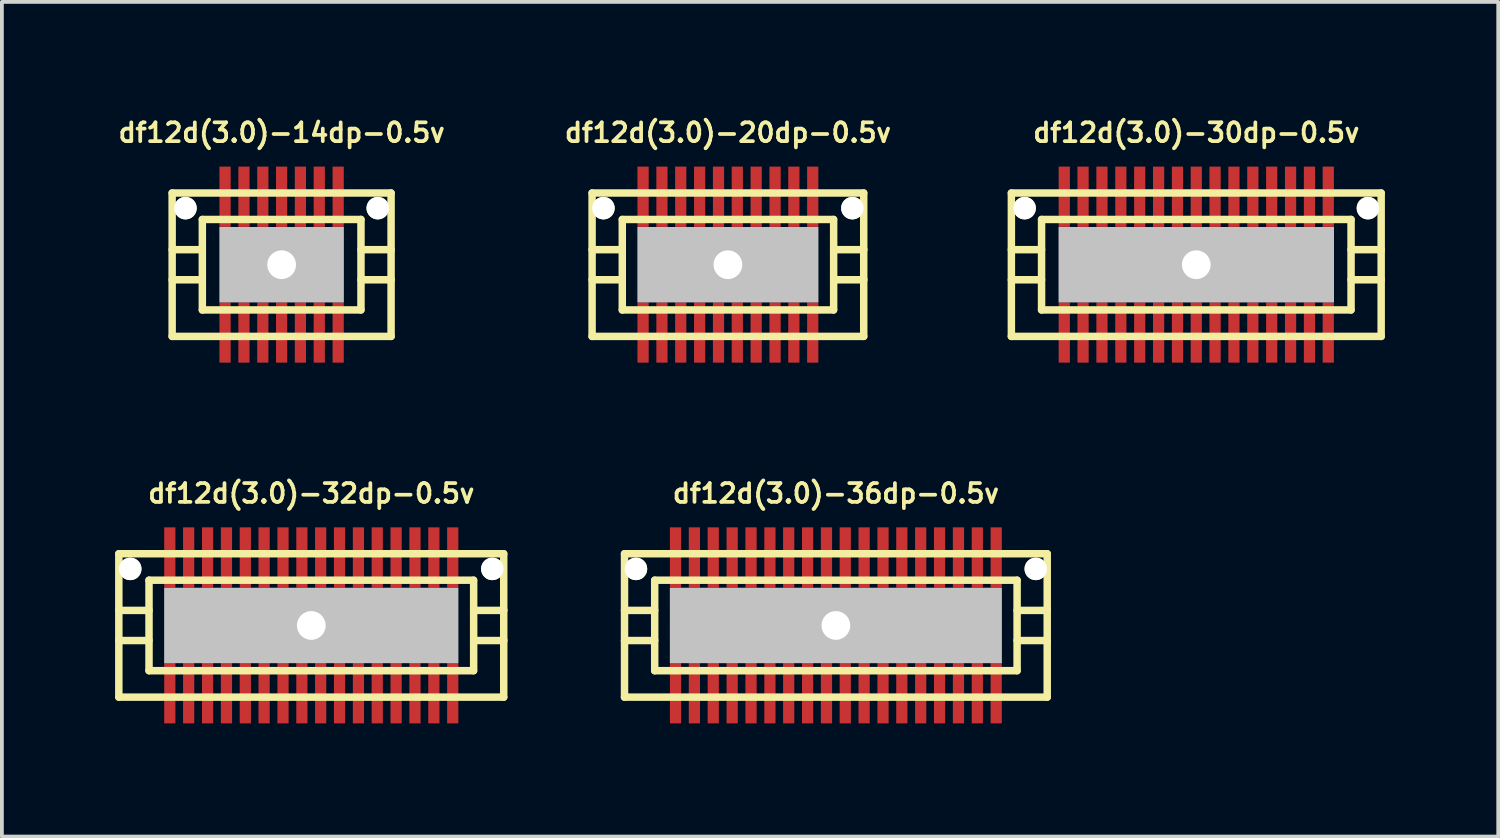
<source format=kicad_pcb>
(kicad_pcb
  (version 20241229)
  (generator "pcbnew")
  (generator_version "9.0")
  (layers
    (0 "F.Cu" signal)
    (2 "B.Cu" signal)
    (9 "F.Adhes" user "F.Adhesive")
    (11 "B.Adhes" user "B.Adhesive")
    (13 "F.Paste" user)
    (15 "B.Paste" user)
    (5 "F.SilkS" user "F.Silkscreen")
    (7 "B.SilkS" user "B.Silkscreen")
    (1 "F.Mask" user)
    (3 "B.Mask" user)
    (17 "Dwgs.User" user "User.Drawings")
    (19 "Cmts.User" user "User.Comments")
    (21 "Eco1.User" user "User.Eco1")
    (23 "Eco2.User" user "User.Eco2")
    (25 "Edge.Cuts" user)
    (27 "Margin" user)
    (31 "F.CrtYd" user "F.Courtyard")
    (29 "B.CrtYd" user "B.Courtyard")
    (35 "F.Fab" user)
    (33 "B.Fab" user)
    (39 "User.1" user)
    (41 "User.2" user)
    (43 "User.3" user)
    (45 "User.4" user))
  (footprint "df12d(3.0)-20dp-0.5v"
    (layer "F.Cu")
    (at 16.24 3.965)
    (property "Reference" "df12d(3.0)-20dp-0.5v" (at 0 -3.5 0) (layer "F.SilkS") (effects (font (size 0.498 0.498) (thickness 0.099))))
    (attr through_hole)
    (fp_line (start -3.599 -1.9) (end -3.599 1.9) (stroke (width 0.198) (type solid)) (layer "F.SilkS"))
    (fp_line (start -3.599 -1.9) (end 3.599 -1.9) (stroke (width 0.198) (type solid)) (layer "F.SilkS"))
    (fp_line (start -2.799 -0.399) (end -3.599 -0.399) (stroke (width 0.198) (type solid)) (layer "F.SilkS"))
    (fp_line (start -2.799 0.399) (end -3.599 0.399) (stroke (width 0.198) (type solid)) (layer "F.SilkS"))
    (fp_line (start -2.799 1.199) (end -2.799 -1.199) (stroke (width 0.198) (type solid)) (layer "F.SilkS"))
    (fp_line (start -2.799 1.199) (end 2.799 1.199) (stroke (width 0.198) (type solid)) (layer "F.SilkS"))
    (fp_line (start 2.799 -1.199) (end -2.799 -1.199) (stroke (width 0.198) (type solid)) (layer "F.SilkS"))
    (fp_line (start 2.802 -1.199) (end 2.802 1.199) (stroke (width 0.198) (type solid)) (layer "F.SilkS"))
    (fp_line (start 2.802 -0.399) (end 3.602 -0.399) (stroke (width 0.198) (type solid)) (layer "F.SilkS"))
    (fp_line (start 3.599 1.9) (end -3.599 1.9) (stroke (width 0.198) (type solid)) (layer "F.SilkS"))
    (fp_line (start 3.599 1.9) (end 3.599 -1.9) (stroke (width 0.198) (type solid)) (layer "F.SilkS"))
    (fp_line (start 3.602 0.399) (end 2.802 0.399) (stroke (width 0.198) (type solid)) (layer "F.SilkS"))
    (pad "" np_thru_hole circle (at -3.299 -1.499) (size 0.597 0.597) (drill 0.597) (layers "*.Cu" "*.Mask" "F.SilkS"))
    (pad "" np_thru_hole rect (at 0 0) (size 4.798 1.999) (drill 0.762) (layers "Dwgs.User"))
    (pad "" np_thru_hole circle (at 3.299 -1.499) (size 0.597 0.597) (drill 0.597) (layers "*.Cu" "*.Mask" "F.SilkS"))
    (pad "1" smd rect (at 2.248 1.796) (size 0.297 1.598) (layers "F.Cu" "F.Mask" "F.Paste"))
    (pad "2" smd rect (at 1.748 1.796) (size 0.297 1.598) (layers "F.Cu" "F.Mask" "F.Paste"))
    (pad "3" smd rect (at 1.25 1.796) (size 0.297 1.598) (layers "F.Cu" "F.Mask" "F.Paste"))
    (pad "4" smd rect (at 0.749 1.796) (size 0.297 1.598) (layers "F.Cu" "F.Mask" "F.Paste"))
    (pad "5" smd rect (at 0.249 1.796) (size 0.297 1.598) (layers "F.Cu" "F.Mask" "F.Paste"))
    (pad "6" smd rect (at -0.249 1.796) (size 0.297 1.598) (layers "F.Cu" "F.Mask" "F.Paste"))
    (pad "7" smd rect (at -0.749 1.796) (size 0.297 1.598) (layers "F.Cu" "F.Mask" "F.Paste"))
    (pad "8" smd rect (at -1.25 1.796) (size 0.297 1.598) (layers "F.Cu" "F.Mask" "F.Paste"))
    (pad "9" smd rect (at -1.748 1.796) (size 0.297 1.598) (layers "F.Cu" "F.Mask" "F.Paste"))
    (pad "10" smd rect (at -2.248 1.796) (size 0.297 1.598) (layers "F.Cu" "F.Mask" "F.Paste"))
    (pad "11" smd rect (at -2.248 -1.801) (size 0.297 1.598) (layers "F.Cu" "F.Mask" "F.Paste"))
    (pad "12" smd rect (at -1.748 -1.801) (size 0.297 1.598) (layers "F.Cu" "F.Mask" "F.Paste"))
    (pad "13" smd rect (at -1.25 -1.801) (size 0.297 1.598) (layers "F.Cu" "F.Mask" "F.Paste"))
    (pad "14" smd rect (at -0.749 -1.801) (size 0.297 1.598) (layers "F.Cu" "F.Mask" "F.Paste"))
    (pad "15" smd rect (at -0.249 -1.801) (size 0.297 1.598) (layers "F.Cu" "F.Mask" "F.Paste"))
    (pad "16" smd rect (at 0.249 -1.801) (size 0.297 1.598) (layers "F.Cu" "F.Mask" "F.Paste"))
    (pad "17" smd rect (at 0.749 -1.801) (size 0.297 1.598) (layers "F.Cu" "F.Mask" "F.Paste"))
    (pad "18" smd rect (at 1.25 -1.801) (size 0.297 1.598) (layers "F.Cu" "F.Mask" "F.Paste"))
    (pad "19" smd rect (at 1.748 -1.801) (size 0.297 1.598) (layers "F.Cu" "F.Mask" "F.Paste"))
    (pad "20" smd rect (at 2.248 -1.801) (size 0.297 1.598) (layers "F.Cu" "F.Mask" "F.Paste")))
  (footprint "df12d(3.0)-14dp-0.5v"
    (layer "F.Cu")
    (at 4.413 3.965)
    (property "Reference" "df12d(3.0)-14dp-0.5v" (at 0 -3.5 0) (layer "F.SilkS") (effects (font (size 0.498 0.498) (thickness 0.099))))
    (attr through_hole)
    (fp_line (start -2.901 -1.9) (end -2.901 1.9) (stroke (width 0.198) (type solid)) (layer "F.SilkS"))
    (fp_line (start -2.901 -1.9) (end 2.901 -1.9) (stroke (width 0.198) (type solid)) (layer "F.SilkS"))
    (fp_line (start -2.101 -0.399) (end -2.901 -0.399) (stroke (width 0.198) (type solid)) (layer "F.SilkS"))
    (fp_line (start -2.101 0.399) (end -2.901 0.399) (stroke (width 0.198) (type solid)) (layer "F.SilkS"))
    (fp_line (start -2.101 1.199) (end -2.101 -1.199) (stroke (width 0.198) (type solid)) (layer "F.SilkS"))
    (fp_line (start -2.101 1.199) (end 2.101 1.199) (stroke (width 0.198) (type solid)) (layer "F.SilkS"))
    (fp_line (start 2.101 -1.199) (end -2.101 -1.199) (stroke (width 0.198) (type solid)) (layer "F.SilkS"))
    (fp_line (start 2.103 -1.199) (end 2.103 1.199) (stroke (width 0.198) (type solid)) (layer "F.SilkS"))
    (fp_line (start 2.103 -0.399) (end 2.903 -0.399) (stroke (width 0.198) (type solid)) (layer "F.SilkS"))
    (fp_line (start 2.901 1.9) (end -2.901 1.9) (stroke (width 0.198) (type solid)) (layer "F.SilkS"))
    (fp_line (start 2.901 1.9) (end 2.901 -1.9) (stroke (width 0.198) (type solid)) (layer "F.SilkS"))
    (fp_line (start 2.903 0.399) (end 2.103 0.399) (stroke (width 0.198) (type solid)) (layer "F.SilkS"))
    (pad "" np_thru_hole circle (at -2.548 -1.499) (size 0.597 0.597) (drill 0.597) (layers "*.Cu" "*.Mask" "F.SilkS"))
    (pad "" np_thru_hole rect (at 0 0) (size 3.299 1.999) (drill 0.762) (layers "Dwgs.User"))
    (pad "" np_thru_hole circle (at 2.548 -1.499) (size 0.597 0.597) (drill 0.597) (layers "*.Cu" "*.Mask" "F.SilkS"))
    (pad "1" smd rect (at 1.499 1.796) (size 0.297 1.598) (layers "F.Cu" "F.Mask" "F.Paste"))
    (pad "2" smd rect (at 0.998 1.796) (size 0.297 1.598) (layers "F.Cu" "F.Mask" "F.Paste"))
    (pad "3" smd rect (at 0.498 1.796) (size 0.297 1.598) (layers "F.Cu" "F.Mask" "F.Paste"))
    (pad "4" smd rect (at 0 1.796) (size 0.297 1.598) (layers "F.Cu" "F.Mask" "F.Paste"))
    (pad "5" smd rect (at -0.498 1.796) (size 0.297 1.598) (layers "F.Cu" "F.Mask" "F.Paste"))
    (pad "6" smd rect (at -0.998 1.796) (size 0.297 1.598) (layers "F.Cu" "F.Mask" "F.Paste"))
    (pad "7" smd rect (at -1.499 1.796) (size 0.297 1.598) (layers "F.Cu" "F.Mask" "F.Paste"))
    (pad "8" smd rect (at -1.499 -1.801) (size 0.297 1.598) (layers "F.Cu" "F.Mask" "F.Paste"))
    (pad "9" smd rect (at -0.998 -1.801) (size 0.297 1.598) (layers "F.Cu" "F.Mask" "F.Paste"))
    (pad "10" smd rect (at -0.498 -1.801) (size 0.297 1.598) (layers "F.Cu" "F.Mask" "F.Paste"))
    (pad "11" smd rect (at 0 -1.801) (size 0.297 1.598) (layers "F.Cu" "F.Mask" "F.Paste"))
    (pad "12" smd rect (at 0.498 -1.801) (size 0.297 1.598) (layers "F.Cu" "F.Mask" "F.Paste"))
    (pad "13" smd rect (at 0.998 -1.801) (size 0.297 1.598) (layers "F.Cu" "F.Mask" "F.Paste"))
    (pad "14" smd rect (at 1.499 -1.801) (size 0.297 1.598) (layers "F.Cu" "F.Mask" "F.Paste")))
  (footprint "df12d(3.0)-36dp-0.5v"
    (layer "F.Cu")
    (at 19.101 13.525)
    (property "Reference" "df12d(3.0)-36dp-0.5v" (at 0 -3.5 0) (layer "F.SilkS") (effects (font (size 0.498 0.498) (thickness 0.099))))
    (attr through_hole)
    (fp_line (start -5.601 -1.9) (end -5.601 1.9) (stroke (width 0.198) (type solid)) (layer "F.SilkS"))
    (fp_line (start -5.601 -1.9) (end 5.601 -1.9) (stroke (width 0.198) (type solid)) (layer "F.SilkS"))
    (fp_line (start -4.801 -0.399) (end -5.601 -0.399) (stroke (width 0.198) (type solid)) (layer "F.SilkS"))
    (fp_line (start -4.801 0.399) (end -5.601 0.399) (stroke (width 0.198) (type solid)) (layer "F.SilkS"))
    (fp_line (start -4.801 1.199) (end -4.801 -1.199) (stroke (width 0.198) (type solid)) (layer "F.SilkS"))
    (fp_line (start -4.801 1.199) (end 4.801 1.199) (stroke (width 0.198) (type solid)) (layer "F.SilkS"))
    (fp_line (start 4.801 -1.199) (end -4.801 -1.199) (stroke (width 0.198) (type solid)) (layer "F.SilkS"))
    (fp_line (start 4.803 -1.199) (end 4.803 1.199) (stroke (width 0.198) (type solid)) (layer "F.SilkS"))
    (fp_line (start 4.803 -0.399) (end 5.603 -0.399) (stroke (width 0.198) (type solid)) (layer "F.SilkS"))
    (fp_line (start 5.601 1.9) (end -5.601 1.9) (stroke (width 0.198) (type solid)) (layer "F.SilkS"))
    (fp_line (start 5.601 1.9) (end 5.601 -1.9) (stroke (width 0.198) (type solid)) (layer "F.SilkS"))
    (fp_line (start 5.603 0.399) (end 4.803 0.399) (stroke (width 0.198) (type solid)) (layer "F.SilkS"))
    (pad "" np_thru_hole circle (at -5.298 -1.499) (size 0.597 0.597) (drill 0.597) (layers "*.Cu" "*.Mask" "F.SilkS"))
    (pad "" np_thru_hole rect (at 0 0) (size 8.799 1.999) (drill 0.762) (layers "Dwgs.User"))
    (pad "" np_thru_hole circle (at 5.298 -1.499) (size 0.597 0.597) (drill 0.597) (layers "*.Cu" "*.Mask" "F.SilkS"))
    (pad "1" smd rect (at 4.249 1.796) (size 0.297 1.598) (layers "F.Cu" "F.Mask" "F.Paste"))
    (pad "2" smd rect (at 3.749 1.796) (size 0.297 1.598) (layers "F.Cu" "F.Mask" "F.Paste"))
    (pad "3" smd rect (at 3.249 1.796) (size 0.297 1.598) (layers "F.Cu" "F.Mask" "F.Paste"))
    (pad "4" smd rect (at 2.748 1.796) (size 0.297 1.598) (layers "F.Cu" "F.Mask" "F.Paste"))
    (pad "5" smd rect (at 2.248 1.796) (size 0.297 1.598) (layers "F.Cu" "F.Mask" "F.Paste"))
    (pad "6" smd rect (at 1.748 1.796) (size 0.297 1.598) (layers "F.Cu" "F.Mask" "F.Paste"))
    (pad "7" smd rect (at 1.25 1.796) (size 0.297 1.598) (layers "F.Cu" "F.Mask" "F.Paste"))
    (pad "8" smd rect (at 0.749 1.796) (size 0.297 1.598) (layers "F.Cu" "F.Mask" "F.Paste"))
    (pad "9" smd rect (at 0.249 1.796) (size 0.297 1.598) (layers "F.Cu" "F.Mask" "F.Paste"))
    (pad "10" smd rect (at -0.249 1.796) (size 0.297 1.598) (layers "F.Cu" "F.Mask" "F.Paste"))
    (pad "11" smd rect (at -0.749 1.796) (size 0.297 1.598) (layers "F.Cu" "F.Mask" "F.Paste"))
    (pad "12" smd rect (at -1.25 1.796) (size 0.297 1.598) (layers "F.Cu" "F.Mask" "F.Paste"))
    (pad "13" smd rect (at -1.748 1.796) (size 0.297 1.598) (layers "F.Cu" "F.Mask" "F.Paste"))
    (pad "14" smd rect (at -2.248 1.796) (size 0.297 1.598) (layers "F.Cu" "F.Mask" "F.Paste"))
    (pad "15" smd rect (at -2.748 1.796) (size 0.297 1.598) (layers "F.Cu" "F.Mask" "F.Paste"))
    (pad "16" smd rect (at -3.249 1.796) (size 0.297 1.598) (layers "F.Cu" "F.Mask" "F.Paste"))
    (pad "17" smd rect (at -3.749 1.796) (size 0.297 1.598) (layers "F.Cu" "F.Mask" "F.Paste"))
    (pad "18" smd rect (at -4.249 1.796) (size 0.297 1.598) (layers "F.Cu" "F.Mask" "F.Paste"))
    (pad "19" smd rect (at -4.249 -1.801) (size 0.297 1.598) (layers "F.Cu" "F.Mask" "F.Paste"))
    (pad "20" smd rect (at -3.749 -1.801) (size 0.297 1.598) (layers "F.Cu" "F.Mask" "F.Paste"))
    (pad "21" smd rect (at -3.249 -1.801) (size 0.297 1.598) (layers "F.Cu" "F.Mask" "F.Paste"))
    (pad "22" smd rect (at -2.748 -1.801) (size 0.297 1.598) (layers "F.Cu" "F.Mask" "F.Paste"))
    (pad "23" smd rect (at -2.248 -1.801) (size 0.297 1.598) (layers "F.Cu" "F.Mask" "F.Paste"))
    (pad "24" smd rect (at -1.748 -1.801) (size 0.297 1.598) (layers "F.Cu" "F.Mask" "F.Paste"))
    (pad "25" smd rect (at -1.25 -1.801) (size 0.297 1.598) (layers "F.Cu" "F.Mask" "F.Paste"))
    (pad "26" smd rect (at -0.749 -1.801) (size 0.297 1.598) (layers "F.Cu" "F.Mask" "F.Paste"))
    (pad "27" smd rect (at -0.249 -1.801) (size 0.297 1.598) (layers "F.Cu" "F.Mask" "F.Paste"))
    (pad "28" smd rect (at 0.249 -1.801) (size 0.297 1.598) (layers "F.Cu" "F.Mask" "F.Paste"))
    (pad "29" smd rect (at 0.749 -1.801) (size 0.297 1.598) (layers "F.Cu" "F.Mask" "F.Paste"))
    (pad "30" smd rect (at 1.25 -1.801) (size 0.297 1.598) (layers "F.Cu" "F.Mask" "F.Paste"))
    (pad "31" smd rect (at 1.748 -1.801) (size 0.297 1.598) (layers "F.Cu" "F.Mask" "F.Paste"))
    (pad "32" smd rect (at 2.248 -1.801) (size 0.297 1.598) (layers "F.Cu" "F.Mask" "F.Paste"))
    (pad "33" smd rect (at 2.748 -1.801) (size 0.297 1.598) (layers "F.Cu" "F.Mask" "F.Paste"))
    (pad "34" smd rect (at 3.249 -1.801) (size 0.297 1.598) (layers "F.Cu" "F.Mask" "F.Paste"))
    (pad "35" smd rect (at 3.749 -1.801) (size 0.297 1.598) (layers "F.Cu" "F.Mask" "F.Paste"))
    (pad "36" smd rect (at 4.249 -1.801) (size 0.297 1.598) (layers "F.Cu" "F.Mask" "F.Paste")))
  (footprint "df12d(3.0)-32dp-0.5v"
    (layer "F.Cu")
    (at 5.199 13.525)
    (property "Reference" "df12d(3.0)-32dp-0.5v" (at 0 -3.5 0) (layer "F.SilkS") (effects (font (size 0.498 0.498) (thickness 0.099))))
    (attr through_hole)
    (fp_line (start -5.1 -1.9) (end -5.1 1.9) (stroke (width 0.198) (type solid)) (layer "F.SilkS"))
    (fp_line (start -5.1 -1.9) (end 5.1 -1.9) (stroke (width 0.198) (type solid)) (layer "F.SilkS"))
    (fp_line (start -4.3 -0.399) (end -5.1 -0.399) (stroke (width 0.198) (type solid)) (layer "F.SilkS"))
    (fp_line (start -4.3 0.399) (end -5.1 0.399) (stroke (width 0.198) (type solid)) (layer "F.SilkS"))
    (fp_line (start -4.3 1.199) (end -4.3 -1.199) (stroke (width 0.198) (type solid)) (layer "F.SilkS"))
    (fp_line (start -4.3 1.199) (end 4.3 1.199) (stroke (width 0.198) (type solid)) (layer "F.SilkS"))
    (fp_line (start 4.3 -1.199) (end -4.3 -1.199) (stroke (width 0.198) (type solid)) (layer "F.SilkS"))
    (fp_line (start 4.303 -1.199) (end 4.303 1.199) (stroke (width 0.198) (type solid)) (layer "F.SilkS"))
    (fp_line (start 4.303 -0.399) (end 5.103 -0.399) (stroke (width 0.198) (type solid)) (layer "F.SilkS"))
    (fp_line (start 5.1 1.9) (end -5.1 1.9) (stroke (width 0.198) (type solid)) (layer "F.SilkS"))
    (fp_line (start 5.1 1.9) (end 5.1 -1.9) (stroke (width 0.198) (type solid)) (layer "F.SilkS"))
    (fp_line (start 5.103 0.399) (end 4.303 0.399) (stroke (width 0.198) (type solid)) (layer "F.SilkS"))
    (pad "" np_thru_hole circle (at -4.798 -1.499) (size 0.597 0.597) (drill 0.597) (layers "*.Cu" "*.Mask" "F.SilkS"))
    (pad "" np_thru_hole rect (at 0 0) (size 7.798 1.999) (drill 0.762) (layers "Dwgs.User"))
    (pad "" np_thru_hole circle (at 4.798 -1.499) (size 0.597 0.597) (drill 0.597) (layers "*.Cu" "*.Mask" "F.SilkS"))
    (pad "1" smd rect (at 3.749 1.796) (size 0.297 1.598) (layers "F.Cu" "F.Mask" "F.Paste"))
    (pad "2" smd rect (at 3.249 1.796) (size 0.297 1.598) (layers "F.Cu" "F.Mask" "F.Paste"))
    (pad "3" smd rect (at 2.748 1.796) (size 0.297 1.598) (layers "F.Cu" "F.Mask" "F.Paste"))
    (pad "4" smd rect (at 2.248 1.796) (size 0.297 1.598) (layers "F.Cu" "F.Mask" "F.Paste"))
    (pad "5" smd rect (at 1.748 1.796) (size 0.297 1.598) (layers "F.Cu" "F.Mask" "F.Paste"))
    (pad "6" smd rect (at 1.25 1.796) (size 0.297 1.598) (layers "F.Cu" "F.Mask" "F.Paste"))
    (pad "7" smd rect (at 0.749 1.796) (size 0.297 1.598) (layers "F.Cu" "F.Mask" "F.Paste"))
    (pad "8" smd rect (at 0.249 1.796) (size 0.297 1.598) (layers "F.Cu" "F.Mask" "F.Paste"))
    (pad "9" smd rect (at -0.249 1.796) (size 0.297 1.598) (layers "F.Cu" "F.Mask" "F.Paste"))
    (pad "10" smd rect (at -0.749 1.796) (size 0.297 1.598) (layers "F.Cu" "F.Mask" "F.Paste"))
    (pad "11" smd rect (at -1.25 1.796) (size 0.297 1.598) (layers "F.Cu" "F.Mask" "F.Paste"))
    (pad "12" smd rect (at -1.748 1.796) (size 0.297 1.598) (layers "F.Cu" "F.Mask" "F.Paste"))
    (pad "13" smd rect (at -2.248 1.796) (size 0.297 1.598) (layers "F.Cu" "F.Mask" "F.Paste"))
    (pad "14" smd rect (at -2.748 1.796) (size 0.297 1.598) (layers "F.Cu" "F.Mask" "F.Paste"))
    (pad "15" smd rect (at -3.249 1.796) (size 0.297 1.598) (layers "F.Cu" "F.Mask" "F.Paste"))
    (pad "16" smd rect (at -3.749 1.796) (size 0.297 1.598) (layers "F.Cu" "F.Mask" "F.Paste"))
    (pad "17" smd rect (at -3.749 -1.801) (size 0.297 1.598) (layers "F.Cu" "F.Mask" "F.Paste"))
    (pad "18" smd rect (at -3.249 -1.801) (size 0.297 1.598) (layers "F.Cu" "F.Mask" "F.Paste"))
    (pad "19" smd rect (at -2.748 -1.801) (size 0.297 1.598) (layers "F.Cu" "F.Mask" "F.Paste"))
    (pad "20" smd rect (at -2.248 -1.801) (size 0.297 1.598) (layers "F.Cu" "F.Mask" "F.Paste"))
    (pad "21" smd rect (at -1.748 -1.801) (size 0.297 1.598) (layers "F.Cu" "F.Mask" "F.Paste"))
    (pad "22" smd rect (at -1.25 -1.801) (size 0.297 1.598) (layers "F.Cu" "F.Mask" "F.Paste"))
    (pad "23" smd rect (at -0.749 -1.801) (size 0.297 1.598) (layers "F.Cu" "F.Mask" "F.Paste"))
    (pad "24" smd rect (at -0.249 -1.801) (size 0.297 1.598) (layers "F.Cu" "F.Mask" "F.Paste"))
    (pad "25" smd rect (at 0.249 -1.801) (size 0.297 1.598) (layers "F.Cu" "F.Mask" "F.Paste"))
    (pad "26" smd rect (at 0.749 -1.801) (size 0.297 1.598) (layers "F.Cu" "F.Mask" "F.Paste"))
    (pad "27" smd rect (at 1.25 -1.801) (size 0.297 1.598) (layers "F.Cu" "F.Mask" "F.Paste"))
    (pad "28" smd rect (at 1.748 -1.801) (size 0.297 1.598) (layers "F.Cu" "F.Mask" "F.Paste"))
    (pad "29" smd rect (at 2.248 -1.801) (size 0.297 1.598) (layers "F.Cu" "F.Mask" "F.Paste"))
    (pad "30" smd rect (at 2.748 -1.801) (size 0.297 1.598) (layers "F.Cu" "F.Mask" "F.Paste"))
    (pad "31" smd rect (at 3.249 -1.801) (size 0.297 1.598) (layers "F.Cu" "F.Mask" "F.Paste"))
    (pad "32" smd rect (at 3.749 -1.801) (size 0.297 1.598) (layers "F.Cu" "F.Mask" "F.Paste")))
  (footprint "df12d(3.0)-30dp-0.5v"
    (layer "F.Cu")
    (at 28.652 3.965)
    (property "Reference" "df12d(3.0)-30dp-0.5v" (at 0 -3.5 0) (layer "F.SilkS") (effects (font (size 0.498 0.498) (thickness 0.099))))
    (attr through_hole)
    (fp_line (start -4.9 -1.9) (end -4.9 1.9) (stroke (width 0.198) (type solid)) (layer "F.SilkS"))
    (fp_line (start -4.9 -1.9) (end 4.9 -1.9) (stroke (width 0.198) (type solid)) (layer "F.SilkS"))
    (fp_line (start -4.1 -0.399) (end -4.9 -0.399) (stroke (width 0.198) (type solid)) (layer "F.SilkS"))
    (fp_line (start -4.1 0.399) (end -4.9 0.399) (stroke (width 0.198) (type solid)) (layer "F.SilkS"))
    (fp_line (start -4.1 1.199) (end -4.1 -1.199) (stroke (width 0.198) (type solid)) (layer "F.SilkS"))
    (fp_line (start -4.1 1.199) (end 4.1 1.199) (stroke (width 0.198) (type solid)) (layer "F.SilkS"))
    (fp_line (start 4.1 -1.199) (end -4.1 -1.199) (stroke (width 0.198) (type solid)) (layer "F.SilkS"))
    (fp_line (start 4.102 -1.199) (end 4.102 1.199) (stroke (width 0.198) (type solid)) (layer "F.SilkS"))
    (fp_line (start 4.102 -0.399) (end 4.902 -0.399) (stroke (width 0.198) (type solid)) (layer "F.SilkS"))
    (fp_line (start 4.9 1.9) (end -4.9 1.9) (stroke (width 0.198) (type solid)) (layer "F.SilkS"))
    (fp_line (start 4.9 1.9) (end 4.9 -1.9) (stroke (width 0.198) (type solid)) (layer "F.SilkS"))
    (fp_line (start 4.902 0.399) (end 4.102 0.399) (stroke (width 0.198) (type solid)) (layer "F.SilkS"))
    (pad "" np_thru_hole circle (at -4.549 -1.499) (size 0.597 0.597) (drill 0.597) (layers "*.Cu" "*.Mask" "F.SilkS"))
    (pad "" np_thru_hole rect (at 0 0) (size 7.3 1.999) (drill 0.762) (layers "Dwgs.User"))
    (pad "" np_thru_hole circle (at 4.549 -1.499) (size 0.597 0.597) (drill 0.597) (layers "*.Cu" "*.Mask" "F.SilkS"))
    (pad "1" smd rect (at 3.498 1.796) (size 0.297 1.598) (layers "F.Cu" "F.Mask" "F.Paste"))
    (pad "2" smd rect (at 3 1.796) (size 0.297 1.598) (layers "F.Cu" "F.Mask" "F.Paste"))
    (pad "3" smd rect (at 2.499 1.796) (size 0.297 1.598) (layers "F.Cu" "F.Mask" "F.Paste"))
    (pad "4" smd rect (at 1.999 1.796) (size 0.297 1.598) (layers "F.Cu" "F.Mask" "F.Paste"))
    (pad "5" smd rect (at 1.499 1.796) (size 0.297 1.598) (layers "F.Cu" "F.Mask" "F.Paste"))
    (pad "6" smd rect (at 0.998 1.796) (size 0.297 1.598) (layers "F.Cu" "F.Mask" "F.Paste"))
    (pad "7" smd rect (at 0.498 1.796) (size 0.297 1.598) (layers "F.Cu" "F.Mask" "F.Paste"))
    (pad "8" smd rect (at 0 1.796) (size 0.297 1.598) (layers "F.Cu" "F.Mask" "F.Paste"))
    (pad "9" smd rect (at -0.498 1.796) (size 0.297 1.598) (layers "F.Cu" "F.Mask" "F.Paste"))
    (pad "10" smd rect (at -0.998 1.796) (size 0.297 1.598) (layers "F.Cu" "F.Mask" "F.Paste"))
    (pad "11" smd rect (at -1.499 1.796) (size 0.297 1.598) (layers "F.Cu" "F.Mask" "F.Paste"))
    (pad "12" smd rect (at -1.999 1.796) (size 0.297 1.598) (layers "F.Cu" "F.Mask" "F.Paste"))
    (pad "13" smd rect (at -2.499 1.796) (size 0.297 1.598) (layers "F.Cu" "F.Mask" "F.Paste"))
    (pad "14" smd rect (at -3 1.796) (size 0.297 1.598) (layers "F.Cu" "F.Mask" "F.Paste"))
    (pad "15" smd rect (at -3.498 1.796) (size 0.297 1.598) (layers "F.Cu" "F.Mask" "F.Paste"))
    (pad "16" smd rect (at -3.498 -1.801) (size 0.297 1.598) (layers "F.Cu" "F.Mask" "F.Paste"))
    (pad "17" smd rect (at -3 -1.801) (size 0.297 1.598) (layers "F.Cu" "F.Mask" "F.Paste"))
    (pad "18" smd rect (at -2.499 -1.801) (size 0.297 1.598) (layers "F.Cu" "F.Mask" "F.Paste"))
    (pad "19" smd rect (at -1.999 -1.801) (size 0.297 1.598) (layers "F.Cu" "F.Mask" "F.Paste"))
    (pad "20" smd rect (at -1.499 -1.801) (size 0.297 1.598) (layers "F.Cu" "F.Mask" "F.Paste"))
    (pad "21" smd rect (at -0.998 -1.801) (size 0.297 1.598) (layers "F.Cu" "F.Mask" "F.Paste"))
    (pad "22" smd rect (at -0.498 -1.801) (size 0.297 1.598) (layers "F.Cu" "F.Mask" "F.Paste"))
    (pad "23" smd rect (at 0 -1.801) (size 0.297 1.598) (layers "F.Cu" "F.Mask" "F.Paste"))
    (pad "24" smd rect (at 0.498 -1.801) (size 0.297 1.598) (layers "F.Cu" "F.Mask" "F.Paste"))
    (pad "25" smd rect (at 0.998 -1.801) (size 0.297 1.598) (layers "F.Cu" "F.Mask" "F.Paste"))
    (pad "26" smd rect (at 1.499 -1.801) (size 0.297 1.598) (layers "F.Cu" "F.Mask" "F.Paste"))
    (pad "27" smd rect (at 1.999 -1.801) (size 0.297 1.598) (layers "F.Cu" "F.Mask" "F.Paste"))
    (pad "28" smd rect (at 2.499 -1.801) (size 0.297 1.598) (layers "F.Cu" "F.Mask" "F.Paste"))
    (pad "29" smd rect (at 3 -1.801) (size 0.297 1.598) (layers "F.Cu" "F.Mask" "F.Paste"))
    (pad "30" smd rect (at 3.498 -1.801) (size 0.297 1.598) (layers "F.Cu" "F.Mask" "F.Paste")))
  (gr_rect
    (start -3 -3)
    (end 36.654 19.12)
    (stroke (width 0.1) (type default))
    (fill no)
    (layer "Edge.Cuts")))
</source>
